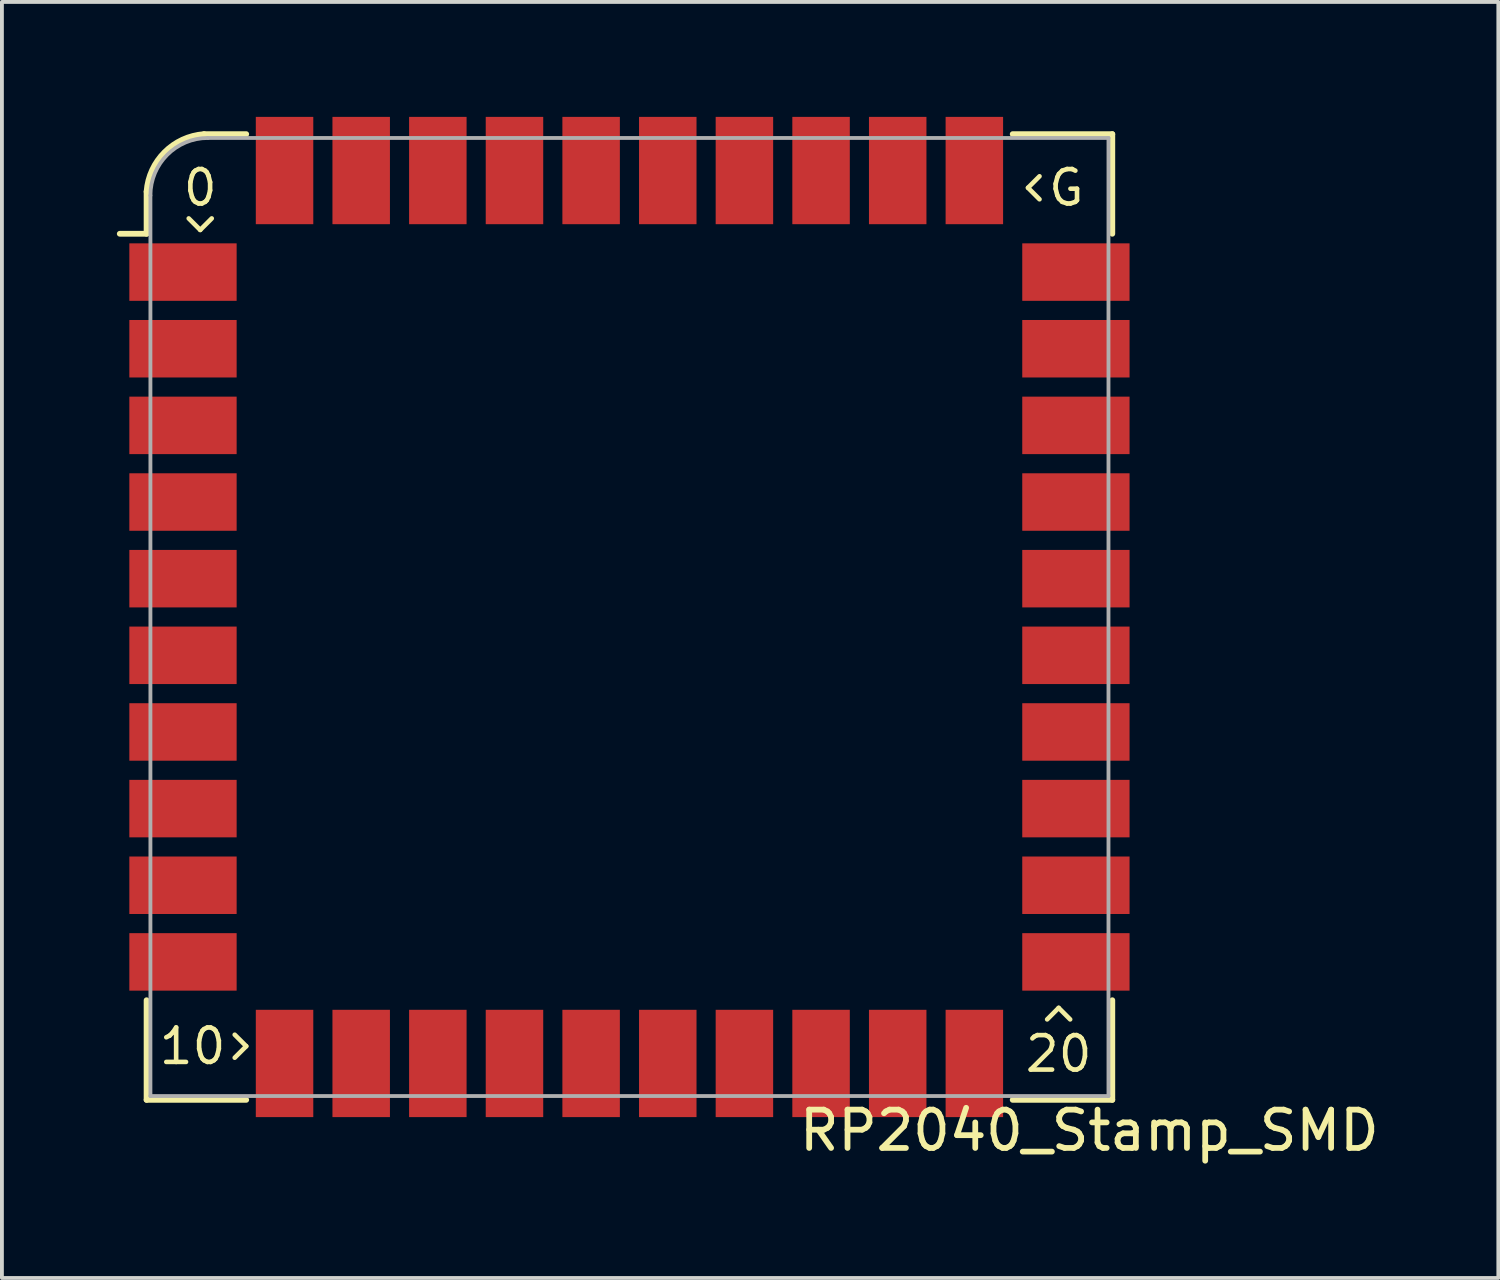
<source format=kicad_pcb>
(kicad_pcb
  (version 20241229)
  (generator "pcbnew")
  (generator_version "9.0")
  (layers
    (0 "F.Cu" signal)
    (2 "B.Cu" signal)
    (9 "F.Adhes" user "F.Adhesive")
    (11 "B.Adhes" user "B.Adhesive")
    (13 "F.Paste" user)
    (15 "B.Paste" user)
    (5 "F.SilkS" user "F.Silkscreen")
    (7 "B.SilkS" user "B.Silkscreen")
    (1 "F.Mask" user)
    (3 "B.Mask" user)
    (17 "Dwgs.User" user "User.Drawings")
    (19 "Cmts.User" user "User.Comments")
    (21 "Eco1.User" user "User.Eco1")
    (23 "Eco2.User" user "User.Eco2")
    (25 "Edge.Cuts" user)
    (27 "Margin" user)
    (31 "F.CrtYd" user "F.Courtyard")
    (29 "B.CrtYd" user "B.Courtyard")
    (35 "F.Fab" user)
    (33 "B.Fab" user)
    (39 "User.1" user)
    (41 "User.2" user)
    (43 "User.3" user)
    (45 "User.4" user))
  (footprint "RP2040_Stamp_SMD"
    (layer "F.Cu")
    (at 13.375 13.05)
    (property "Reference" "RP2040_Stamp_SMD" (at 12 13.4 0) (unlocked yes) (layer "F.SilkS") (effects (font (size 1 1) (thickness 0.15))))
    (attr through_hole)
    (fp_line (start -12.6 -10) (end -13.3 -10) (stroke (width 0.15) (type solid)) (layer "F.SilkS"))
    (fp_line (start -12.6 -10) (end -12.6 -11.1) (stroke (width 0.15) (type solid)) (layer "F.SilkS"))
    (fp_line (start -12.6 12.6) (end -12.6 10) (stroke (width 0.15) (type solid)) (layer "F.SilkS"))
    (fp_line (start -11.2 -10.1) (end -11.5 -10.4) (stroke (width 0.12) (type solid)) (layer "F.SilkS"))
    (fp_line (start -11.2 -10.1) (end -10.9 -10.4) (stroke (width 0.12) (type solid)) (layer "F.SilkS"))
    (fp_line (start -11.1 -12.6) (end -10 -12.6) (stroke (width 0.15) (type solid)) (layer "F.SilkS"))
    (fp_line (start -10.3 10.9) (end -10 11.2) (stroke (width 0.12) (type solid)) (layer "F.SilkS"))
    (fp_line (start -10.3 11.5) (end -10 11.2) (stroke (width 0.12) (type solid)) (layer "F.SilkS"))
    (fp_line (start -10 12.6) (end -12.6 12.6) (stroke (width 0.15) (type solid)) (layer "F.SilkS"))
    (fp_line (start 10 -12.6) (end 12.6 -12.6) (stroke (width 0.15) (type solid)) (layer "F.SilkS"))
    (fp_line (start 10.4 -11.2) (end 10.7 -11.5) (stroke (width 0.12) (type solid)) (layer "F.SilkS"))
    (fp_line (start 10.4 -11.2) (end 10.7 -10.9) (stroke (width 0.12) (type solid)) (layer "F.SilkS"))
    (fp_line (start 10.9 10.5) (end 11.2 10.2) (stroke (width 0.12) (type solid)) (layer "F.SilkS"))
    (fp_line (start 11.5 10.5) (end 11.2 10.2) (stroke (width 0.12) (type solid)) (layer "F.SilkS"))
    (fp_line (start 12.6 -12.6) (end 12.6 -10) (stroke (width 0.15) (type solid)) (layer "F.SilkS"))
    (fp_line (start 12.6 10) (end 12.6 12.6) (stroke (width 0.15) (type solid)) (layer "F.SilkS"))
    (fp_line (start 12.6 12.6) (end 10 12.6) (stroke (width 0.15) (type solid)) (layer "F.SilkS"))
    (fp_arc (start -12.6 -11.1) (mid -12.129432 -12.129432) (end -11.1 -12.6) (stroke (width 0.15) (type solid)) (layer "F.SilkS"))
    (fp_line (start -12.5 12.5) (end -12.5 -11) (stroke (width 0.1) (type solid)) (layer "F.Fab"))
    (fp_line (start -11 -12.5) (end 12.5 -12.5) (stroke (width 0.1) (type solid)) (layer "F.Fab"))
    (fp_line (start 12.5 -12.5) (end 12.5 12.5) (stroke (width 0.1) (type solid)) (layer "F.Fab"))
    (fp_line (start 12.5 12.5) (end -12.5 12.5) (stroke (width 0.1) (type solid)) (layer "F.Fab"))
    (fp_arc (start -12.500003 -11.000003) (mid -12.060661 -12.060662) (end -11 -12.5) (stroke (width 0.1) (type solid)) (layer "F.Fab"))
    (fp_text user "0" (at -11.2 -11.2 0) (layer "F.SilkS") (effects (font (size 0.9 0.9) (thickness 0.12))))
    (fp_text user "20" (at 11.2 11.4 0) (layer "F.SilkS") (effects (font (size 0.9 0.9) (thickness 0.12))))
    (fp_text user "10" (at -11.4 11.2 0) (layer "F.SilkS") (effects (font (size 0.9 0.9) (thickness 0.12))))
    (fp_text user "G" (at 11.4 -11.2 0) (layer "F.SilkS") (effects (font (size 0.9 0.9) (thickness 0.12))))
    (pad "1" smd rect (at -11.65 -9) (size 2.8 1.5) (layers "F.Cu" "F.Mask" "F.Paste"))
    (pad "2" smd rect (at -11.65 -7) (size 2.8 1.5) (layers "F.Cu" "F.Mask" "F.Paste"))
    (pad "3" smd rect (at -11.65 -5) (size 2.8 1.5) (layers "F.Cu" "F.Mask" "F.Paste"))
    (pad "4" smd rect (at -11.65 -3) (size 2.8 1.5) (layers "F.Cu" "F.Mask" "F.Paste"))
    (pad "5" smd rect (at -11.65 -1) (size 2.8 1.5) (layers "F.Cu" "F.Mask" "F.Paste"))
    (pad "6" smd rect (at -11.65 1) (size 2.8 1.5) (layers "F.Cu" "F.Mask" "F.Paste"))
    (pad "7" smd rect (at -11.65 3) (size 2.8 1.5) (layers "F.Cu" "F.Mask" "F.Paste"))
    (pad "8" smd rect (at -11.65 5) (size 2.8 1.5) (layers "F.Cu" "F.Mask" "F.Paste"))
    (pad "9" smd rect (at -11.65 7) (size 2.8 1.5) (layers "F.Cu" "F.Mask" "F.Paste"))
    (pad "10" smd rect (at -11.65 9) (size 2.8 1.5) (layers "F.Cu" "F.Mask" "F.Paste"))
    (pad "11" smd rect (at -9 11.65 270) (size 2.8 1.5) (layers "F.Cu" "F.Mask" "F.Paste"))
    (pad "12" smd rect (at -7 11.65 270) (size 2.8 1.5) (layers "F.Cu" "F.Mask" "F.Paste"))
    (pad "13" smd rect (at -5 11.65 270) (size 2.8 1.5) (layers "F.Cu" "F.Mask" "F.Paste"))
    (pad "14" smd rect (at -3 11.65 270) (size 2.8 1.5) (layers "F.Cu" "F.Mask" "F.Paste"))
    (pad "15" smd rect (at -1 11.65 270) (size 2.8 1.5) (layers "F.Cu" "F.Mask" "F.Paste"))
    (pad "16" smd rect (at 1 11.65 270) (size 2.8 1.5) (layers "F.Cu" "F.Mask" "F.Paste"))
    (pad "17" smd rect (at 3 11.65 270) (size 2.8 1.5) (layers "F.Cu" "F.Mask" "F.Paste"))
    (pad "18" smd rect (at 5 11.65 270) (size 2.8 1.5) (layers "F.Cu" "F.Mask" "F.Paste"))
    (pad "19" smd rect (at 7 11.65 270) (size 2.8 1.5) (layers "F.Cu" "F.Mask" "F.Paste"))
    (pad "20" smd rect (at 9 11.65 270) (size 2.8 1.5) (layers "F.Cu" "F.Mask" "F.Paste"))
    (pad "21" smd rect (at 11.65 9) (size 2.8 1.5) (layers "F.Cu" "F.Mask" "F.Paste"))
    (pad "22" smd rect (at 11.65 7) (size 2.8 1.5) (layers "F.Cu" "F.Mask" "F.Paste"))
    (pad "23" smd rect (at 11.65 5) (size 2.8 1.5) (layers "F.Cu" "F.Mask" "F.Paste"))
    (pad "24" smd rect (at 11.65 3) (size 2.8 1.5) (layers "F.Cu" "F.Mask" "F.Paste"))
    (pad "25" smd rect (at 11.65 1) (size 2.8 1.5) (layers "F.Cu" "F.Mask" "F.Paste"))
    (pad "26" smd rect (at 11.65 -1) (size 2.8 1.5) (layers "F.Cu" "F.Mask" "F.Paste"))
    (pad "27" smd rect (at 11.65 -3) (size 2.8 1.5) (layers "F.Cu" "F.Mask" "F.Paste"))
    (pad "28" smd rect (at 11.65 -5) (size 2.8 1.5) (layers "F.Cu" "F.Mask" "F.Paste"))
    (pad "29" smd rect (at 11.65 -7) (size 2.8 1.5) (layers "F.Cu" "F.Mask" "F.Paste"))
    (pad "30" smd rect (at 11.65 -9) (size 2.8 1.5) (layers "F.Cu" "F.Mask" "F.Paste"))
    (pad "31" smd rect (at 9 -11.65 270) (size 2.8 1.5) (layers "F.Cu" "F.Mask" "F.Paste"))
    (pad "32" smd rect (at 7 -11.65 270) (size 2.8 1.5) (layers "F.Cu" "F.Mask" "F.Paste"))
    (pad "33" smd rect (at 5 -11.65 270) (size 2.8 1.5) (layers "F.Cu" "F.Mask" "F.Paste"))
    (pad "34" smd rect (at 3 -11.65 270) (size 2.8 1.5) (layers "F.Cu" "F.Mask" "F.Paste"))
    (pad "35" smd rect (at 1 -11.65 270) (size 2.8 1.5) (layers "F.Cu" "F.Mask" "F.Paste"))
    (pad "36" smd rect (at -1 -11.65 270) (size 2.8 1.5) (layers "F.Cu" "F.Mask" "F.Paste"))
    (pad "37" smd rect (at -3 -11.65 270) (size 2.8 1.5) (layers "F.Cu" "F.Mask" "F.Paste"))
    (pad "38" smd rect (at -5 -11.65 270) (size 2.8 1.5) (layers "F.Cu" "F.Mask" "F.Paste"))
    (pad "39" smd rect (at -7 -11.65 270) (size 2.8 1.5) (layers "F.Cu" "F.Mask" "F.Paste"))
    (pad "40" smd rect (at -9 -11.65 270) (size 2.8 1.5) (layers "F.Cu" "F.Mask" "F.Paste")))
  (gr_rect
    (start -3 -3)
    (end 36.048 30.298)
    (stroke (width 0.1) (type default))
    (fill no)
    (layer "Edge.Cuts")))
</source>
